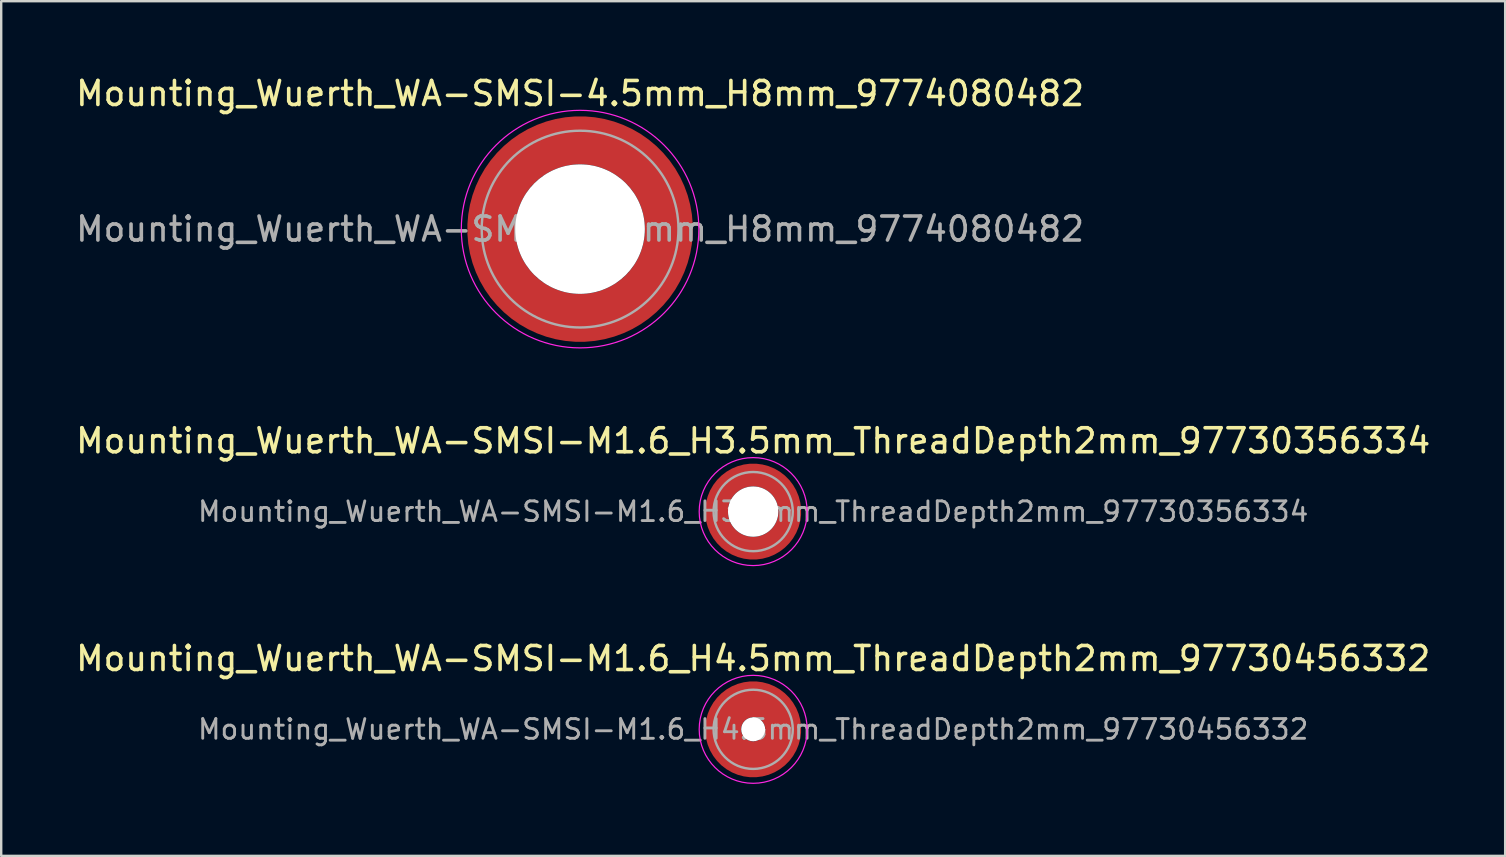
<source format=kicad_pcb>
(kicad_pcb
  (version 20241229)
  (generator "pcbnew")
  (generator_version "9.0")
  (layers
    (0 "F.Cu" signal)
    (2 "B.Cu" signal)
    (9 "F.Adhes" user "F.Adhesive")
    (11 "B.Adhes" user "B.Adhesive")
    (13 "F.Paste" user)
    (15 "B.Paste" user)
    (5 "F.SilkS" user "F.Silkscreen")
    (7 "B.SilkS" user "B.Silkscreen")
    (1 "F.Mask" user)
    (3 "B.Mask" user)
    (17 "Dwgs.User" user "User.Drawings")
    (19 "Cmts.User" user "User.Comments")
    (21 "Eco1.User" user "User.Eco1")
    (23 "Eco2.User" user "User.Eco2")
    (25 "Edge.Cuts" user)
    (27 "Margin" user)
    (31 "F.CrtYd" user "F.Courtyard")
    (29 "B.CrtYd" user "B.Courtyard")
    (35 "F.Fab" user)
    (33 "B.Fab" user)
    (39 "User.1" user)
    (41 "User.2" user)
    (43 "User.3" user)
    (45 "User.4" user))
  (footprint "Mounting_Wuerth_WA-SMSI-M1.6_H3.5mm_ThreadDepth2mm_97730356334"
    (layer "F.Cu")
    (at 28.339 18.271)
    (property "Reference" "Mounting_Wuerth_WA-SMSI-M1.6_H3.5mm_ThreadDepth2mm_97730356334" (at 0 -2.95 0) (layer "F.SilkS") (effects (font (size 1 1) (thickness 0.15))))
    (property "Mouser Part no." "" (at 0 0 0) (layer "F.Fab") (effects (font (size 1.27 1.27) (thickness 0.15))))
    (property "Mouser link" "" (at 0 0 0) (layer "F.Fab") (effects (font (size 1.27 1.27) (thickness 0.15))))
    (attr smd)
    (fp_circle (center 0 0) (end 2.25 0) (stroke (width 0.05) (type solid)) (fill no) (layer "F.CrtYd"))
    (fp_circle (center 0 0) (end 1.65 0) (stroke (width 0.1) (type solid)) (fill no) (layer "F.Fab"))
    (fp_text user "${REFERENCE}" (at 0 0 0) (layer "F.Fab") (effects (font (size 0.82 0.82) (thickness 0.12))))
    (pad "" smd custom (at -1.061 -1.061) (size 0.4 0.4) (layers "F.Paste") (options (anchor circle)) (primitives (gr_arc (start -0.101235 0.76066) (mid 0.211799 0.212465) (end 0.759748 -0.100999) (width 0.2)) (gr_arc (start -0.204251 0.76066) (mid 0.141299 0.141544) (end 0.760323 -0.204171) (width 0.2)) (gr_arc (start -0.306819 0.76066) (mid 0.070255 0.071167) (end 0.759401 -0.306542) (width 0.2)) (gr_arc (start -0.409034 0.76066) (mid -0.000242 0.000241) (end 0.759991 -0.408897) (width 0.2)) (gr_arc (start -0.510963 0.76066) (mid -0.071561 -0.06986) (end 0.758297 -0.51051) (width 0.2)) (gr_arc (start -0.61266 0.76066) (mid -0.142171 -0.140671) (end 0.758572 -0.612284) (width 0.2)) (gr_arc (start -0.714164 0.76066) (mid -0.212264 -0.212) (end 0.760292 -0.714102) (width 0.2)) (gr_line (start 0.761 -0.101) (end 0.761 -0.714) (width 0.2)) (gr_line (start -0.101 0.761) (end -0.714 0.761) (width 0.2))))
    (pad "" smd custom (at -1.061 1.061) (size 0.4 0.4) (layers "F.Paste") (options (anchor circle)) (primitives (gr_arc (start 0.76066 0.101235) (mid 0.212465 -0.211799) (end -0.100999 -0.759748) (width 0.2)) (gr_arc (start 0.76066 0.204251) (mid 0.141544 -0.141299) (end -0.204171 -0.760323) (width 0.2)) (gr_arc (start 0.76066 0.306819) (mid 0.071167 -0.070255) (end -0.306542 -0.759401) (width 0.2)) (gr_arc (start 0.76066 0.409034) (mid 0.000241 0.000242) (end -0.408897 -0.759991) (width 0.2)) (gr_arc (start 0.76066 0.510963) (mid -0.06986 0.071561) (end -0.51051 -0.758297) (width 0.2)) (gr_arc (start 0.76066 0.61266) (mid -0.140671 0.142171) (end -0.612284 -0.758572) (width 0.2)) (gr_arc (start 0.76066 0.714164) (mid -0.212 0.212264) (end -0.714102 -0.760292) (width 0.2)) (gr_line (start -0.101 -0.761) (end -0.714 -0.761) (width 0.2)) (gr_line (start 0.761 0.101) (end 0.761 0.714) (width 0.2))))
    (pad "" np_thru_hole circle (at 0 0) (size 2.1 2.1) (drill 2.1) (layers "*.Cu" "*.Mask"))
    (pad "" smd custom (at 1.061 -1.061) (size 0.4 0.4) (layers "F.Paste") (options (anchor circle)) (primitives (gr_arc (start -0.76066 -0.101235) (mid -0.212465 0.211799) (end 0.100999 0.759748) (width 0.2)) (gr_arc (start -0.76066 -0.204251) (mid -0.141544 0.141299) (end 0.204171 0.760323) (width 0.2)) (gr_arc (start -0.76066 -0.306819) (mid -0.071167 0.070255) (end 0.306542 0.759401) (width 0.2)) (gr_arc (start -0.76066 -0.409034) (mid -0.000241 -0.000242) (end 0.408897 0.759991) (width 0.2)) (gr_arc (start -0.76066 -0.510963) (mid 0.06986 -0.071561) (end 0.51051 0.758297) (width 0.2)) (gr_arc (start -0.76066 -0.61266) (mid 0.140671 -0.142171) (end 0.612284 0.758572) (width 0.2)) (gr_arc (start -0.76066 -0.714164) (mid 0.212 -0.212264) (end 0.714102 0.760292) (width 0.2)) (gr_line (start 0.101 0.761) (end 0.714 0.761) (width 0.2)) (gr_line (start -0.761 -0.101) (end -0.761 -0.714) (width 0.2))))
    (pad "" smd custom (at 1.061 1.061) (size 0.4 0.4) (layers "F.Paste") (options (anchor circle)) (primitives (gr_arc (start 0.101235 -0.76066) (mid -0.211799 -0.212465) (end -0.759748 0.100999) (width 0.2)) (gr_arc (start 0.204251 -0.76066) (mid -0.141299 -0.141544) (end -0.760323 0.204171) (width 0.2)) (gr_arc (start 0.306819 -0.76066) (mid -0.070255 -0.071167) (end -0.759401 0.306542) (width 0.2)) (gr_arc (start 0.409034 -0.76066) (mid 0.000242 -0.000241) (end -0.759991 0.408897) (width 0.2)) (gr_arc (start 0.510963 -0.76066) (mid 0.071561 0.06986) (end -0.758297 0.51051) (width 0.2)) (gr_arc (start 0.61266 -0.76066) (mid 0.142171 0.140671) (end -0.758572 0.612284) (width 0.2)) (gr_arc (start 0.714164 -0.76066) (mid 0.212264 0.212) (end -0.760292 0.714102) (width 0.2)) (gr_line (start -0.761 0.101) (end -0.761 0.714) (width 0.2)) (gr_line (start 0.101 -0.761) (end 0.714 -0.761) (width 0.2))))
    (pad "1" smd circle (at -1.525 0) (size 0.55 0.55) (layers "F.Cu"))
    (pad "1" smd circle (at 0 -1.525) (size 0.55 0.55) (layers "F.Cu"))
    (pad "1" smd circle (at 0 1.525) (size 0.55 0.55) (layers "F.Cu"))
    (pad "1" smd custom (at 1.525 0) (size 0.55 0.55) (layers "F.Cu" "F.Mask") (options (anchor circle)) (primitives (gr_circle (center -1.525 0) (end 0 0) (width 0.95) (fill no)))))
  (footprint "Mounting_Wuerth_WA-SMSI-4.5mm_H8mm_9774080482"
    (layer "F.Cu")
    (at 21.125 6.498)
    (property "Reference" "Mounting_Wuerth_WA-SMSI-4.5mm_H8mm_9774080482" (at 0 -5.65 0) (layer "F.SilkS") (effects (font (size 1 1) (thickness 0.15))))
    (property "Mouser Part no." "" (at 0 0 0) (layer "F.Fab") (effects (font (size 1.27 1.27) (thickness 0.15))))
    (property "Mouser link" "" (at 0 0 0) (layer "F.Fab") (effects (font (size 1.27 1.27) (thickness 0.15))))
    (attr smd)
    (fp_circle (center 0 0) (end 4.95 0) (stroke (width 0.05) (type solid)) (fill no) (layer "F.CrtYd"))
    (fp_circle (center 0 0) (end 4.1 0) (stroke (width 0.1) (type solid)) (fill no) (layer "F.Fab"))
    (fp_text user "${REFERENCE}" (at 0 0 0) (layer "F.Fab") (effects (font (size 1 1) (thickness 0.15))))
    (pad "" smd custom (at -2.607 -2.607) (size 1.495 1.495) (layers "F.Paste") (options (anchor circle)) (primitives (gr_arc (start -0.188183 2.107456) (mid 0.598928 0.599619) (end 2.106494 -0.188011) (width 0.2)) (gr_arc (start -0.289416 2.107456) (mid 0.528508 0.529033) (end 2.106724 -0.28929) (width 0.2)) (gr_arc (start -0.390547 2.107456) (mid 0.457087 0.459449) (end 2.104161 -0.389996) (width 0.2)) (gr_arc (start -0.491585 2.107456) (mid 0.386415 0.389116) (end 2.103685 -0.490974) (width 0.2)) (gr_arc (start -0.59254 2.107456) (mid 0.31649 0.318035) (end 2.105297 -0.592202) (width 0.2)) (gr_arc (start -0.693419 2.107456) (mid 0.245252 0.248268) (end 2.103239 -0.692777) (width 0.2)) (gr_arc (start -0.794229 2.107456) (mid 0.174636 0.177878) (end 2.102921 -0.793559) (width 0.2)) (gr_arc (start -0.894975 2.107456) (mid 0.104643 0.106866) (end 2.104343 -0.894529) (width 0.2)) (gr_arc (start -0.995664 2.107456) (mid 0.033026 0.037479) (end 2.101219 -0.994793) (width 0.2)) (gr_arc (start -1.0963 2.107456) (mid -0.035789 -0.034714) (end 2.105949 -1.096096) (width 0.2)) (gr_arc (start -1.196886 2.107456) (mid -0.106351 -0.105157) (end 2.105783 -1.196666) (width 0.2)) (gr_arc (start -1.297427 2.107456) (mid -0.176416 -0.176097) (end 2.107009 -1.29737) (width 0.2)) (gr_arc (start -1.397927 2.107456) (mid -0.248476 -0.245042) (end 2.102638 -1.397323) (width 0.2)) (gr_arc (start -1.498388 2.107456) (mid -0.317612 -0.316913) (end 2.106475 -1.498268) (width 0.2)) (gr_arc (start -1.598813 2.107456) (mid -0.388865 -0.386665) (end 2.104366 -1.598444) (width 0.2)) (gr_arc (start -1.699204 2.107456) (mid -0.459747 -0.456787) (end 2.103299 -1.698719) (width 0.2)) (gr_arc (start -1.799565 2.107456) (mid -0.530257 -0.527283) (end 2.103277 -1.799089) (width 0.2)) (gr_arc (start -1.899896 2.107456) (mid -0.600396 -0.59815) (end 2.104299 -1.899545) (width 0.2)) (gr_arc (start -1.899896 2.107456) (mid -0.600396 -0.59815) (end 2.104299 -1.899545) (width 0.2)) (gr_line (start 2.107 -0.188) (end 2.107 -1.9) (width 0.2)) (gr_line (start -0.188 2.107) (end -1.9 2.107) (width 0.2))))
    (pad "" smd custom (at -2.607 2.607) (size 1.495 1.495) (layers "F.Paste") (options (anchor circle)) (primitives (gr_arc (start 2.107456 0.188183) (mid 0.599619 -0.598928) (end -0.188011 -2.106494) (width 0.2)) (gr_arc (start 2.107456 0.289416) (mid 0.529033 -0.528508) (end -0.28929 -2.106724) (width 0.2)) (gr_arc (start 2.107456 0.390547) (mid 0.459449 -0.457087) (end -0.389996 -2.104161) (width 0.2)) (gr_arc (start 2.107456 0.491585) (mid 0.389116 -0.386415) (end -0.490974 -2.103685) (width 0.2)) (gr_arc (start 2.107456 0.59254) (mid 0.318035 -0.31649) (end -0.592202 -2.105297) (width 0.2)) (gr_arc (start 2.107456 0.693419) (mid 0.248268 -0.245252) (end -0.692777 -2.103239) (width 0.2)) (gr_arc (start 2.107456 0.794229) (mid 0.177878 -0.174636) (end -0.793559 -2.102921) (width 0.2)) (gr_arc (start 2.107456 0.894975) (mid 0.106866 -0.104643) (end -0.894529 -2.104343) (width 0.2)) (gr_arc (start 2.107456 0.995664) (mid 0.037479 -0.033026) (end -0.994793 -2.101219) (width 0.2)) (gr_arc (start 2.107456 1.0963) (mid -0.034714 0.035789) (end -1.096096 -2.105949) (width 0.2)) (gr_arc (start 2.107456 1.196886) (mid -0.105157 0.106351) (end -1.196666 -2.105783) (width 0.2)) (gr_arc (start 2.107456 1.297427) (mid -0.176097 0.176416) (end -1.29737 -2.107009) (width 0.2)) (gr_arc (start 2.107456 1.397927) (mid -0.245042 0.248476) (end -1.397323 -2.102638) (width 0.2)) (gr_arc (start 2.107456 1.498388) (mid -0.316913 0.317612) (end -1.498268 -2.106475) (width 0.2)) (gr_arc (start 2.107456 1.598813) (mid -0.386665 0.388865) (end -1.598444 -2.104366) (width 0.2)) (gr_arc (start 2.107456 1.699204) (mid -0.456787 0.459747) (end -1.698719 -2.103299) (width 0.2)) (gr_arc (start 2.107456 1.799565) (mid -0.527283 0.530257) (end -1.799089 -2.103277) (width 0.2)) (gr_arc (start 2.107456 1.899896) (mid -0.59815 0.600396) (end -1.899545 -2.104299) (width 0.2)) (gr_arc (start 2.107456 1.899896) (mid -0.59815 0.600396) (end -1.899545 -2.104299) (width 0.2)) (gr_line (start -0.188 -2.107) (end -1.9 -2.107) (width 0.2)) (gr_line (start 2.107 0.188) (end 2.107 1.9) (width 0.2))))
    (pad "" np_thru_hole circle (at 0 0) (size 5.4 5.4) (drill 5.4) (layers "*.Cu" "*.Mask"))
    (pad "" smd custom (at 2.607 -2.607) (size 1.495 1.495) (layers "F.Paste") (options (anchor circle)) (primitives (gr_arc (start -2.107456 -0.188183) (mid -0.599619 0.598928) (end 0.188011 2.106494) (width 0.2)) (gr_arc (start -2.107456 -0.289416) (mid -0.529033 0.528508) (end 0.28929 2.106724) (width 0.2)) (gr_arc (start -2.107456 -0.390547) (mid -0.459449 0.457087) (end 0.389996 2.104161) (width 0.2)) (gr_arc (start -2.107456 -0.491585) (mid -0.389116 0.386415) (end 0.490974 2.103685) (width 0.2)) (gr_arc (start -2.107456 -0.59254) (mid -0.318035 0.31649) (end 0.592202 2.105297) (width 0.2)) (gr_arc (start -2.107456 -0.693419) (mid -0.248268 0.245252) (end 0.692777 2.103239) (width 0.2)) (gr_arc (start -2.107456 -0.794229) (mid -0.177878 0.174636) (end 0.793559 2.102921) (width 0.2)) (gr_arc (start -2.107456 -0.894975) (mid -0.106866 0.104643) (end 0.894529 2.104343) (width 0.2)) (gr_arc (start -2.107456 -0.995664) (mid -0.037479 0.033026) (end 0.994793 2.101219) (width 0.2)) (gr_arc (start -2.107456 -1.0963) (mid 0.034714 -0.035789) (end 1.096096 2.105949) (width 0.2)) (gr_arc (start -2.107456 -1.196886) (mid 0.105157 -0.106351) (end 1.196666 2.105783) (width 0.2)) (gr_arc (start -2.107456 -1.297427) (mid 0.176097 -0.176416) (end 1.29737 2.107009) (width 0.2)) (gr_arc (start -2.107456 -1.397927) (mid 0.245042 -0.248476) (end 1.397323 2.102638) (width 0.2)) (gr_arc (start -2.107456 -1.498388) (mid 0.316913 -0.317612) (end 1.498268 2.106475) (width 0.2)) (gr_arc (start -2.107456 -1.598813) (mid 0.386665 -0.388865) (end 1.598444 2.104366) (width 0.2)) (gr_arc (start -2.107456 -1.699204) (mid 0.456787 -0.459747) (end 1.698719 2.103299) (width 0.2)) (gr_arc (start -2.107456 -1.799565) (mid 0.527283 -0.530257) (end 1.799089 2.103277) (width 0.2)) (gr_arc (start -2.107456 -1.899896) (mid 0.59815 -0.600396) (end 1.899545 2.104299) (width 0.2)) (gr_arc (start -2.107456 -1.899896) (mid 0.59815 -0.600396) (end 1.899545 2.104299) (width 0.2)) (gr_line (start 0.188 2.107) (end 1.9 2.107) (width 0.2)) (gr_line (start -2.107 -0.188) (end -2.107 -1.9) (width 0.2))))
    (pad "" smd custom (at 2.607 2.607) (size 1.495 1.495) (layers "F.Paste") (options (anchor circle)) (primitives (gr_arc (start 0.188183 -2.107456) (mid -0.598928 -0.599619) (end -2.106494 0.188011) (width 0.2)) (gr_arc (start 0.289416 -2.107456) (mid -0.528508 -0.529033) (end -2.106724 0.28929) (width 0.2)) (gr_arc (start 0.390547 -2.107456) (mid -0.457087 -0.459449) (end -2.104161 0.389996) (width 0.2)) (gr_arc (start 0.491585 -2.107456) (mid -0.386415 -0.389116) (end -2.103685 0.490974) (width 0.2)) (gr_arc (start 0.59254 -2.107456) (mid -0.31649 -0.318035) (end -2.105297 0.592202) (width 0.2)) (gr_arc (start 0.693419 -2.107456) (mid -0.245252 -0.248268) (end -2.103239 0.692777) (width 0.2)) (gr_arc (start 0.794229 -2.107456) (mid -0.174636 -0.177878) (end -2.102921 0.793559) (width 0.2)) (gr_arc (start 0.894975 -2.107456) (mid -0.104643 -0.106866) (end -2.104343 0.894529) (width 0.2)) (gr_arc (start 0.995664 -2.107456) (mid -0.033026 -0.037479) (end -2.101219 0.994793) (width 0.2)) (gr_arc (start 1.0963 -2.107456) (mid 0.035789 0.034714) (end -2.105949 1.096096) (width 0.2)) (gr_arc (start 1.196886 -2.107456) (mid 0.106351 0.105157) (end -2.105783 1.196666) (width 0.2)) (gr_arc (start 1.297427 -2.107456) (mid 0.176416 0.176097) (end -2.107009 1.29737) (width 0.2)) (gr_arc (start 1.397927 -2.107456) (mid 0.248476 0.245042) (end -2.102638 1.397323) (width 0.2)) (gr_arc (start 1.498388 -2.107456) (mid 0.317612 0.316913) (end -2.106475 1.498268) (width 0.2)) (gr_arc (start 1.598813 -2.107456) (mid 0.388865 0.386665) (end -2.104366 1.598444) (width 0.2)) (gr_arc (start 1.699204 -2.107456) (mid 0.459747 0.456787) (end -2.103299 1.698719) (width 0.2)) (gr_arc (start 1.799565 -2.107456) (mid 0.530257 0.527283) (end -2.103277 1.799089) (width 0.2)) (gr_arc (start 1.899896 -2.107456) (mid 0.600396 0.59815) (end -2.104299 1.899545) (width 0.2)) (gr_arc (start 1.899896 -2.107456) (mid 0.600396 0.59815) (end -2.104299 1.899545) (width 0.2)) (gr_line (start -2.107 0.188) (end -2.107 1.9) (width 0.2)) (gr_line (start 0.188 -2.107) (end 1.9 -2.107) (width 0.2))))
    (pad "1" smd circle (at -3.7 0) (size 1.6 1.6) (layers "F.Cu"))
    (pad "1" smd circle (at 0 -3.7) (size 1.6 1.6) (layers "F.Cu"))
    (pad "1" smd circle (at 0 3.7) (size 1.6 1.6) (layers "F.Cu"))
    (pad "1" smd custom (at 3.7 0) (size 1.6 1.6) (layers "F.Cu" "F.Mask") (options (anchor circle)) (primitives (gr_circle (center -3.7 0) (end 0 0) (width 2) (fill no)))))
  (footprint "Mounting_Wuerth_WA-SMSI-M1.6_H4.5mm_ThreadDepth2mm_97730456332"
    (layer "F.Cu")
    (at 28.339 27.345)
    (property "Reference" "Mounting_Wuerth_WA-SMSI-M1.6_H4.5mm_ThreadDepth2mm_97730456332" (at 0 -2.95 0) (layer "F.SilkS") (effects (font (size 1 1) (thickness 0.15))))
    (property "Mouser Part no." "" (at 0 0 0) (layer "F.Fab") (effects (font (size 1.27 1.27) (thickness 0.15))))
    (property "Mouser link" "" (at 0 0 0) (layer "F.Fab") (effects (font (size 1.27 1.27) (thickness 0.15))))
    (attr smd)
    (fp_circle (center 0 0) (end 2.25 0) (stroke (width 0.05) (type solid)) (fill no) (layer "F.CrtYd"))
    (fp_circle (center 0 0) (end 1.65 0) (stroke (width 0.1) (type solid)) (fill no) (layer "F.Fab"))
    (fp_text user "${REFERENCE}" (at 0 0 0) (layer "F.Fab") (effects (font (size 0.82 0.82) (thickness 0.12))))
    (pad "" smd custom (at 0 -1.25) (size 0.9 0.9) (layers "F.Paste") (options (anchor circle)) (primitives (gr_arc (start -0.259808 0.6) (mid -0.00045 0.55) (end 0.258972 0.599667) (width 0.2)) (gr_arc (start -0.466369 0.6) (mid -0.000127 0.45) (end 0.466163 0.599852) (width 0.2)) (gr_arc (start -0.622495 0.6) (mid -0.000185 0.35) (end 0.622228 0.599745) (width 0.2)) (gr_arc (start -0.759934 0.6) (mid -0.000146 0.25) (end 0.759744 0.599777) (width 0.2)) (gr_arc (start -0.887412 0.6) (mid -0.000546 0.15) (end 0.886766 0.599119) (width 0.2)) (gr_arc (start -1.008712 0.6) (mid -0.000059 0.05) (end 1.008648 0.5999) (width 0.2)) (gr_arc (start -1.125833 0.6) (mid -0.001134 -0.049999) (end 1.124697 0.598036) (width 0.2)) (gr_arc (start -1.23996 0.6) (mid -0.00088 -0.15) (end 1.239142 0.598442) (width 0.2)) (gr_arc (start -1.351851 0.6) (mid -0.000542 -0.25) (end 1.351381 0.599023) (width 0.2)) (gr_arc (start -1.462019 0.6) (mid -0.000852 -0.35) (end 1.461326 0.598443) (width 0.2)) (gr_arc (start -1.570828 0.6) (mid -0.000608 -0.45) (end 1.570363 0.598876) (width 0.2)) (gr_arc (start -1.678541 0.6) (mid -0.000991 -0.55) (end 1.677824 0.598152) (width 0.2)) (gr_line (start 0.26 0.6) (end 1.679 0.6) (width 0.2)) (gr_line (start -0.26 0.6) (end -1.679 0.6) (width 0.2))))
    (pad "" np_thru_hole circle (at 0 0) (size 1 1) (drill 1) (layers "*.Cu" "*.Mask"))
    (pad "" smd custom (at 0 1.25) (size 0.9 0.9) (layers "F.Paste") (options (anchor circle)) (primitives (gr_arc (start 0.259808 -0.6) (mid 0.00045 -0.55) (end -0.258972 -0.599667) (width 0.2)) (gr_arc (start 0.466369 -0.6) (mid 0.000127 -0.45) (end -0.466163 -0.599852) (width 0.2)) (gr_arc (start 0.622495 -0.6) (mid 0.000185 -0.35) (end -0.622228 -0.599745) (width 0.2)) (gr_arc (start 0.759934 -0.6) (mid 0.000146 -0.25) (end -0.759744 -0.599777) (width 0.2)) (gr_arc (start 0.887412 -0.6) (mid 0.000546 -0.15) (end -0.886766 -0.599119) (width 0.2)) (gr_arc (start 1.008712 -0.6) (mid 0.000059 -0.05) (end -1.008648 -0.5999) (width 0.2)) (gr_arc (start 1.125833 -0.6) (mid 0.001134 0.049999) (end -1.124697 -0.598036) (width 0.2)) (gr_arc (start 1.23996 -0.6) (mid 0.00088 0.15) (end -1.239142 -0.598442) (width 0.2)) (gr_arc (start 1.351851 -0.6) (mid 0.000542 0.25) (end -1.351381 -0.599023) (width 0.2)) (gr_arc (start 1.462019 -0.6) (mid 0.000852 0.35) (end -1.461326 -0.598443) (width 0.2)) (gr_arc (start 1.570828 -0.6) (mid 0.000608 0.45) (end -1.570363 -0.598876) (width 0.2)) (gr_arc (start 1.678541 -0.6) (mid 0.000991 0.55) (end -1.677824 -0.598152) (width 0.2)) (gr_line (start -0.26 -0.6) (end -1.679 -0.6) (width 0.2)) (gr_line (start 0.26 -0.6) (end 1.679 -0.6) (width 0.2))))
    (pad "1" smd circle (at -1.25 0) (size 1.1 1.1) (layers "F.Cu"))
    (pad "1" smd circle (at 0 -1.25) (size 1.1 1.1) (layers "F.Cu"))
    (pad "1" smd circle (at 0 1.25) (size 1.1 1.1) (layers "F.Cu"))
    (pad "1" smd custom (at 1.25 0) (size 1.1 1.1) (layers "F.Cu" "F.Mask") (options (anchor circle)) (primitives (gr_circle (center -1.25 0) (end 0 0) (width 1.5) (fill no)))))
  (gr_rect
    (start -3 -3)
    (end 59.679 32.62)
    (stroke (width 0.1) (type default))
    (fill no)
    (layer "Edge.Cuts")))
</source>
